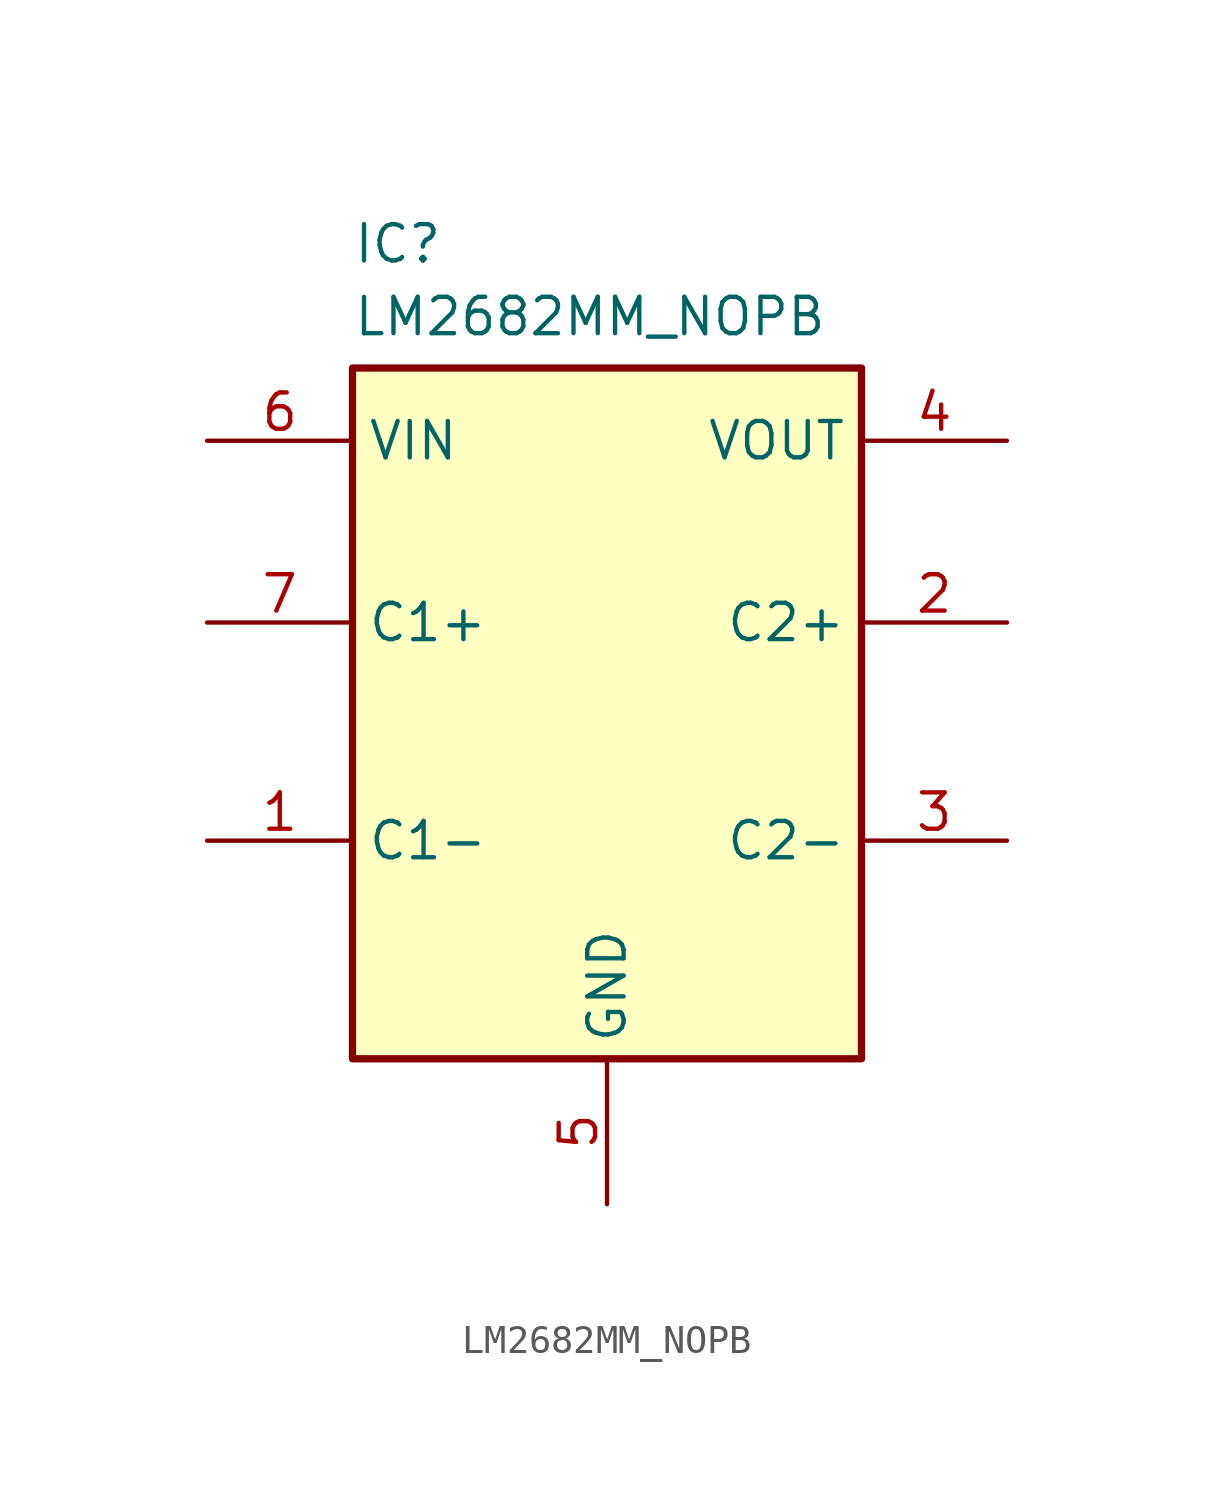
<source format=kicad_sym>
(kicad_symbol_lib
  (version 20220914)
  (generator kicad_symbol_editor)
  (symbol "LM2682MM_NOPB"
    (property "Reference" "IC"
      (at -8.89 13.97 0)
      (effects (font (size 1.27 1.27)) (justify left top)))
    (property "Value" "LM2682MM_NOPB"
      (at -8.89 11.43 0)
      (effects (font (size 1.27 1.27)) (justify left top)))
    (symbol "LM2682MM_NOPB_1_1"
      (rectangle (start -8.89 8.89) (end 8.89 -15.24) (stroke (width 0.254) (type default)) (fill (type background)))
      (pin passive line (at -13.97 -7.62 0) (length 5.08) (name "C1-" (effects (font (size 1.27 1.27)))) (number "1" (effects (font (size 1.27 1.27)))))
      (pin passive line (at 13.97 0 180) (length 5.08) (name "C2+" (effects (font (size 1.27 1.27)))) (number "2" (effects (font (size 1.27 1.27)))))
      (pin passive line (at 13.97 -7.62 180) (length 5.08) (name "C2-" (effects (font (size 1.27 1.27)))) (number "3" (effects (font (size 1.27 1.27)))))
      (pin power_out line (at 13.97 6.35 180) (length 5.08) (name "VOUT" (effects (font (size 1.27 1.27)))) (number "4" (effects (font (size 1.27 1.27)))))
      (pin power_in line (at 0 -20.32 90) (length 5.08) (name "GND" (effects (font (size 1.27 1.27)))) (number "5" (effects (font (size 1.27 1.27)))))
      (pin power_in line (at -13.97 6.35 0) (length 5.08) (name "VIN" (effects (font (size 1.27 1.27)))) (number "6" (effects (font (size 1.27 1.27)))))
      (pin passive line (at -13.97 0 0) (length 5.08) (name "C1+" (effects (font (size 1.27 1.27)))) (number "7" (effects (font (size 1.27 1.27)))))
      (pin no_connect line (at 11.43 -17.78 180) (length 5.08) hide (name "NC" (effects (font (size 1.27 1.27)))) (number "8" (effects (font (size 1.27 1.27))))))))
</source>
